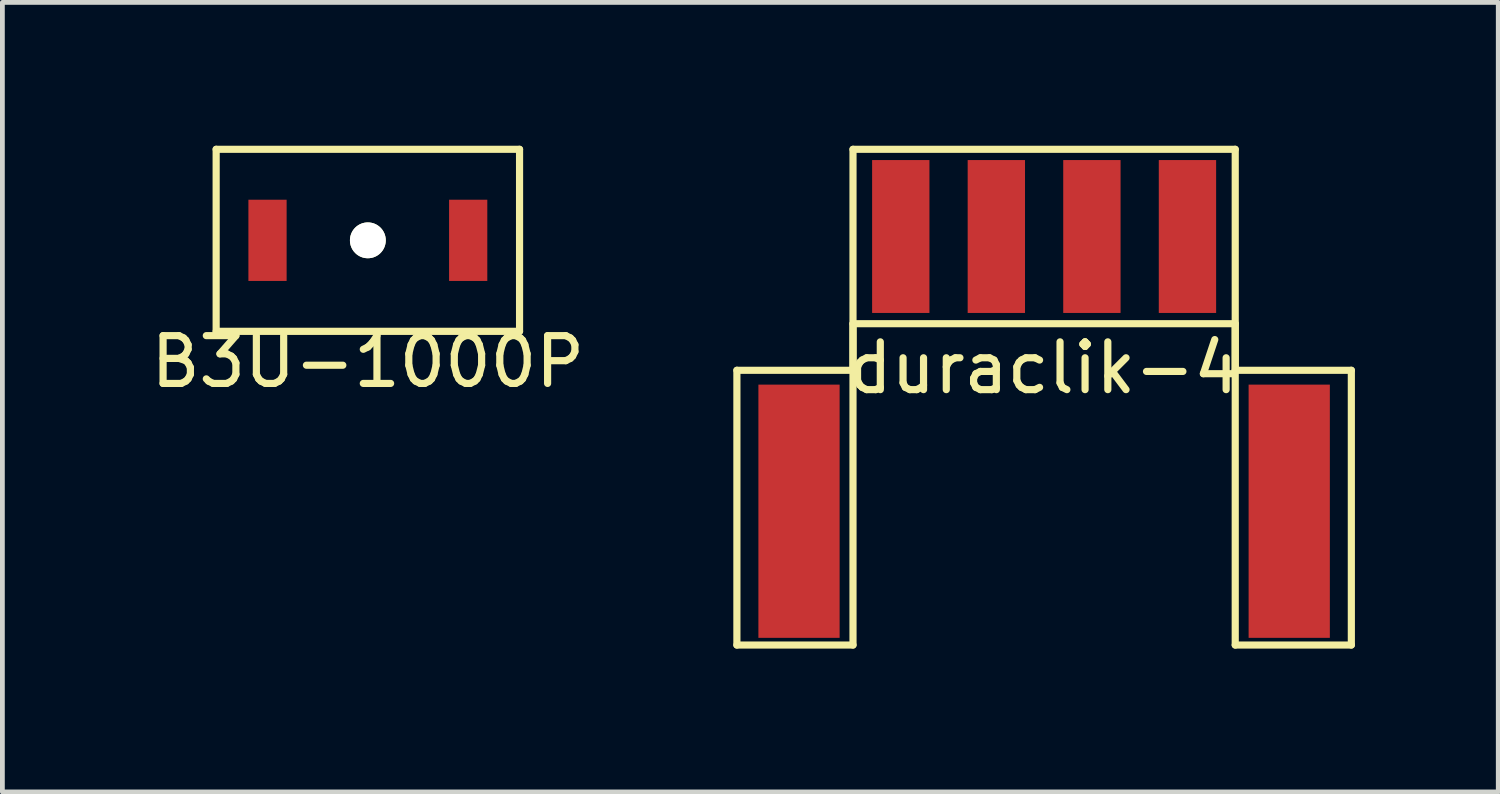
<source format=kicad_pcb>
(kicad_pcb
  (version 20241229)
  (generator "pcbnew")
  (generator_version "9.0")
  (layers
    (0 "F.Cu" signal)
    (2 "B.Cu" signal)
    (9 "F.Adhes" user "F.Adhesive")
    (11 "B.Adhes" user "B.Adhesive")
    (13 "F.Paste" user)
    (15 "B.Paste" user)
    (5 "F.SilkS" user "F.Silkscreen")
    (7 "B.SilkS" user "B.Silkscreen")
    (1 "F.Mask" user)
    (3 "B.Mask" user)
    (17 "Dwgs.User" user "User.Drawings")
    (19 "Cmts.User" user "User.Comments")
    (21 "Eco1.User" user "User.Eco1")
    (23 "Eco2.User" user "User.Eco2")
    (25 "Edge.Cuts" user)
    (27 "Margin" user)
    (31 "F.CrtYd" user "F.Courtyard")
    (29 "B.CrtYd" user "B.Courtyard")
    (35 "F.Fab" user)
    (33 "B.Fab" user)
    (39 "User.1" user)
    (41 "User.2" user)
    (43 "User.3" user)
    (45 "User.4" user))
  (footprint "duraclik-4"
    (layer "F.Cu")
    (at 18.803 1.9)
    (property "Reference" "duraclik-4" (at 0 2.75 0) (layer "F.SilkS") (effects (font (size 1 1) (thickness 0.15))))
    (attr smd)
    (fp_line (start -6.43 2.8) (end -4 2.8) (stroke (width 0.15) (type solid)) (layer "F.SilkS"))
    (fp_line (start -6.43 8.55) (end -6.43 2.8) (stroke (width 0.15) (type solid)) (layer "F.SilkS"))
    (fp_line (start -4 -1.825) (end 4 -1.825) (stroke (width 0.15) (type solid)) (layer "F.SilkS"))
    (fp_line (start -4 1.825) (end -4 8.55) (stroke (width 0.15) (type solid)) (layer "F.SilkS"))
    (fp_line (start -4 1.825) (end 4 1.825) (stroke (width 0.15) (type solid)) (layer "F.SilkS"))
    (fp_line (start -4 2.8) (end -4 -1.825) (stroke (width 0.15) (type solid)) (layer "F.SilkS"))
    (fp_line (start -4 8.55) (end -6.43 8.55) (stroke (width 0.15) (type solid)) (layer "F.SilkS"))
    (fp_line (start 4 1.825) (end 4 8.55) (stroke (width 0.15) (type solid)) (layer "F.SilkS"))
    (fp_line (start 4 2.8) (end 4 -1.825) (stroke (width 0.15) (type solid)) (layer "F.SilkS"))
    (fp_line (start 4 8.55) (end 6.43 8.55) (stroke (width 0.15) (type solid)) (layer "F.SilkS"))
    (fp_line (start 6.43 2.8) (end 4 2.8) (stroke (width 0.15) (type solid)) (layer "F.SilkS"))
    (fp_line (start 6.43 8.55) (end 6.43 2.8) (stroke (width 0.15) (type solid)) (layer "F.SilkS"))
    (pad "0" smd rect (at -5.13 5.75) (size 1.7 5.3) (layers "F.Cu" "F.Mask" "F.Paste"))
    (pad "0" smd rect (at 5.13 5.75) (size 1.7 5.3) (layers "F.Cu" "F.Mask" "F.Paste"))
    (pad "1" smd rect (at -3 0) (size 1.2 3.2) (layers "F.Cu" "F.Mask" "F.Paste"))
    (pad "2" smd rect (at -1 0) (size 1.2 3.2) (layers "F.Cu" "F.Mask" "F.Paste"))
    (pad "3" smd rect (at 1 0) (size 1.2 3.2) (layers "F.Cu" "F.Mask" "F.Paste"))
    (pad "4" smd rect (at 3 0) (size 1.2 3.2) (layers "F.Cu" "F.Mask" "F.Paste")))
  (footprint "B3U-1000P"
    (layer "F.Cu")
    (at 4.649 1.98)
    (property "Reference" "B3U-1000P" (at 0 2.54 0) (layer "F.SilkS") (effects (font (size 1 1) (thickness 0.15))))
    (attr through_hole)
    (fp_line (start -3.175 -1.905) (end -3.175 1.905) (stroke (width 0.15) (type solid)) (layer "F.SilkS"))
    (fp_line (start -3.175 1.905) (end 3.175 1.905) (stroke (width 0.15) (type solid)) (layer "F.SilkS"))
    (fp_line (start 3.175 -1.905) (end -3.175 -1.905) (stroke (width 0.15) (type solid)) (layer "F.SilkS"))
    (fp_line (start 3.175 1.905) (end 3.175 -1.905) (stroke (width 0.15) (type solid)) (layer "F.SilkS"))
    (pad "" np_thru_hole circle (at 0 0) (size 0.75 0.75) (drill 0.75) (layers "*.Cu" "*.Mask" "F.SilkS"))
    (pad "1" smd rect (at 2.1 0) (size 0.8 1.7) (layers "F.Cu" "F.Mask" "F.Paste"))
    (pad "2" smd rect (at -2.1 0) (size 0.8 1.7) (layers "F.Cu" "F.Mask" "F.Paste")))
  (gr_rect
    (start -3 -3)
    (end 28.308 13.525)
    (stroke (width 0.1) (type default))
    (fill no)
    (layer "Edge.Cuts")))
</source>
